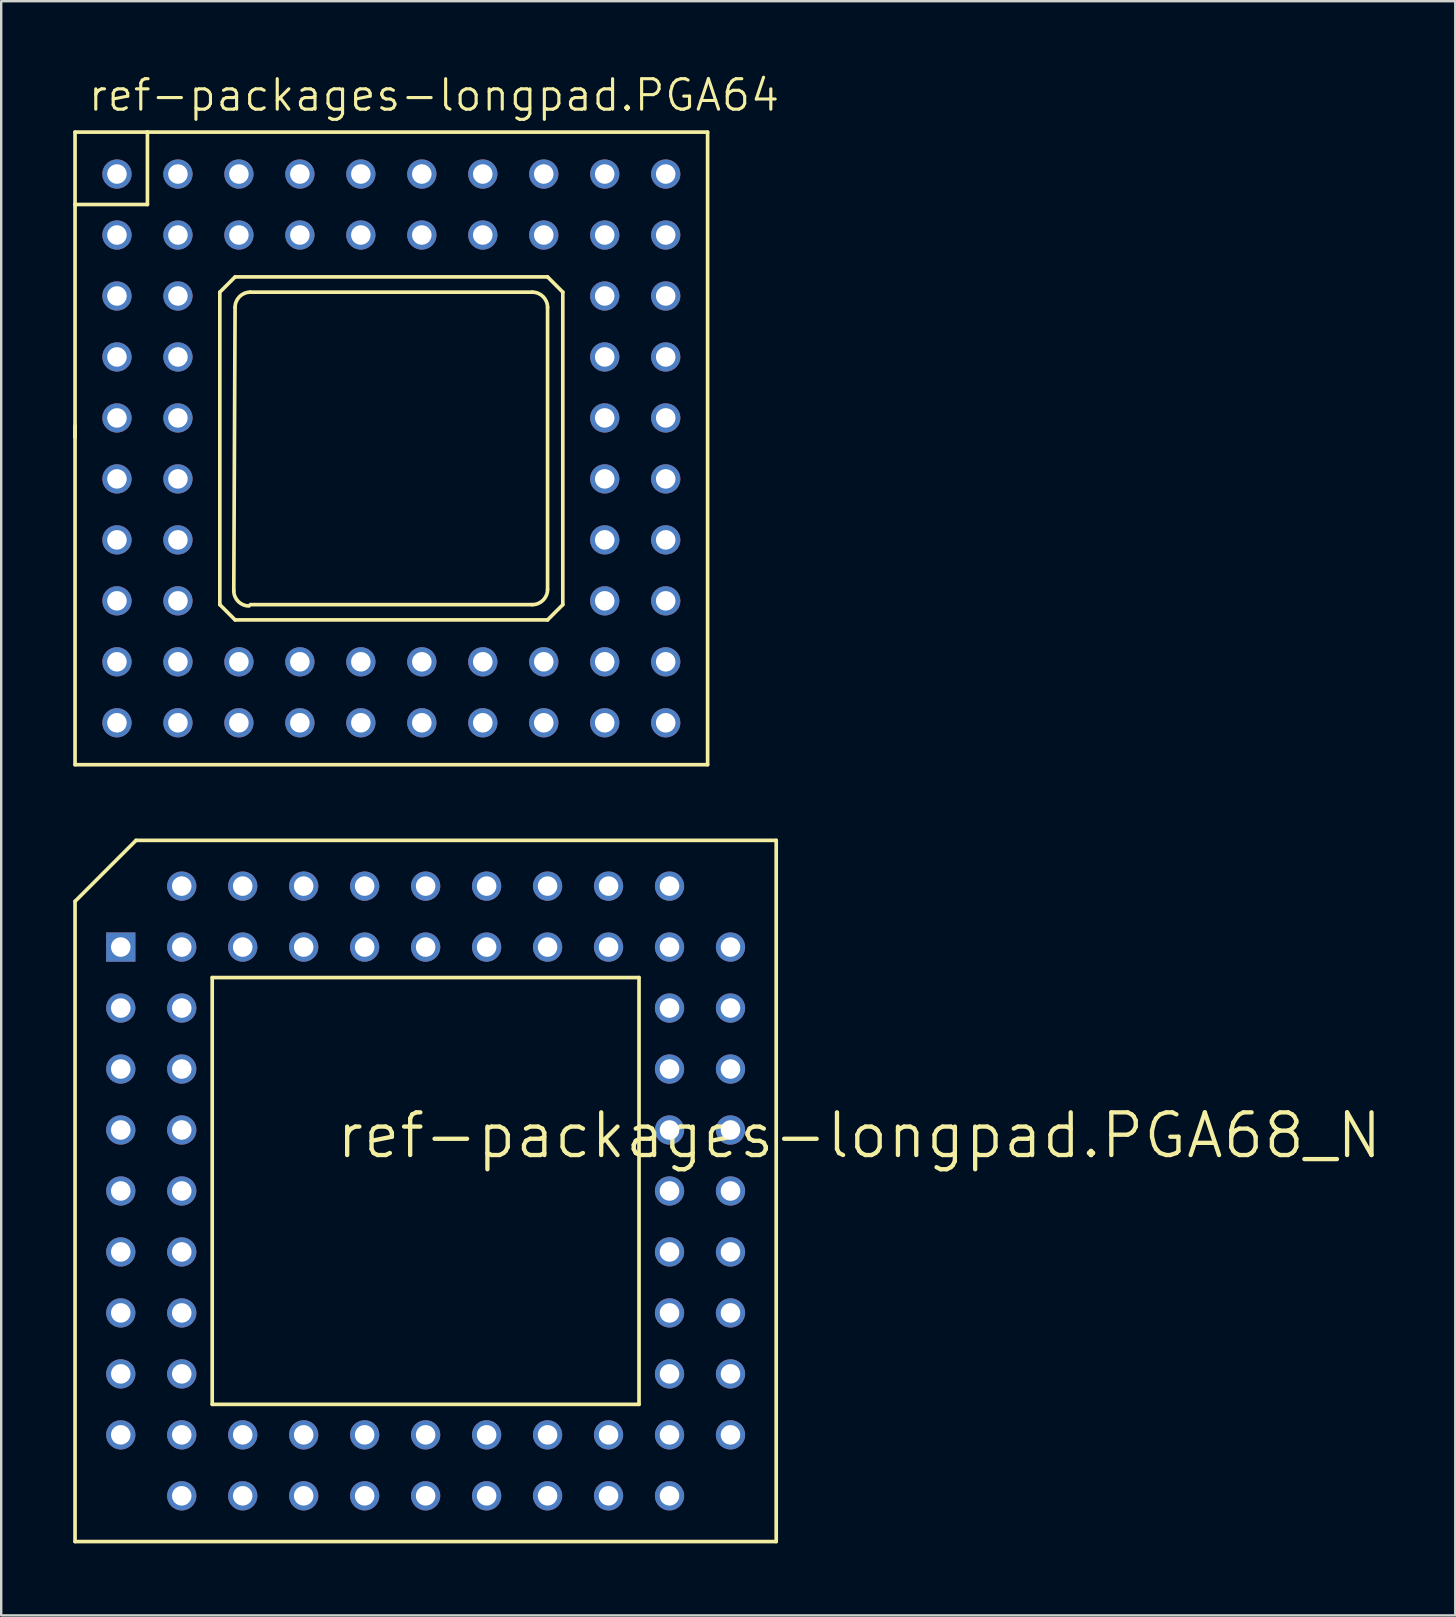
<source format=kicad_pcb>
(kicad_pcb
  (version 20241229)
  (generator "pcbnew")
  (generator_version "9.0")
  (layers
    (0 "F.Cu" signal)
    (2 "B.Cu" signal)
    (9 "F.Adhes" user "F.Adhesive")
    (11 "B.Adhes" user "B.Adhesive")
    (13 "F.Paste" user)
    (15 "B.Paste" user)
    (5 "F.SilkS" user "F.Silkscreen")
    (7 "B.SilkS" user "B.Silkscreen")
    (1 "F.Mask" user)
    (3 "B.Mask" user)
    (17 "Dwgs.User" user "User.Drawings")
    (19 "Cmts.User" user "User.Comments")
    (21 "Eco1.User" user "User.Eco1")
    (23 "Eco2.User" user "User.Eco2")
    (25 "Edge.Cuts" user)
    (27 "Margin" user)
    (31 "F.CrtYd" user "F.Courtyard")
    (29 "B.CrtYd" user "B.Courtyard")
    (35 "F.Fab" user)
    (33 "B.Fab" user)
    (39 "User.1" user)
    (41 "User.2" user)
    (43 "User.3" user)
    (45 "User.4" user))
  (footprint "ref-packages-longpad.PGA64"
    (layer "F.Cu")
    (at 13.252 15.63)
    (property "Reference" "ref-packages-longpad.PGA64" (at -12.7 -13.97 0) (layer "F.SilkS") (effects (font (size 1.27 1.27) (thickness 0.13)) (justify left bottom)))
    (attr through_hole)
    (fp_line (start -13.176 -0.953) (end -13.176 -0.476) (stroke (width 0.152) (type default)) (layer "F.SilkS"))
    (fp_line (start -13.176 13.176) (end 13.176 13.176) (stroke (width 0.152) (type default)) (layer "F.SilkS"))
    (fp_line (start -13.176 -13.176) (end -13.176 -10.16) (stroke (width 0.152) (type default)) (layer "F.SilkS"))
    (fp_line (start -13.176 -10.16) (end -13.176 -0.476) (stroke (width 0.152) (type default)) (layer "F.SilkS"))
    (fp_line (start -13.176 -0.476) (end -13.176 13.176) (stroke (width 0.152) (type default)) (layer "F.SilkS"))
    (fp_line (start -10.16 -13.176) (end -13.176 -13.176) (stroke (width 0.152) (type default)) (layer "F.SilkS"))
    (fp_line (start -10.16 -13.176) (end -10.16 -10.16) (stroke (width 0.152) (type default)) (layer "F.SilkS"))
    (fp_line (start -10.16 -10.16) (end -13.176 -10.16) (stroke (width 0.152) (type default)) (layer "F.SilkS"))
    (fp_line (start -7.144 -6.509) (end -7.144 6.509) (stroke (width 0.152) (type default)) (layer "F.SilkS"))
    (fp_line (start -7.144 6.509) (end -6.509 7.144) (stroke (width 0.152) (type default)) (layer "F.SilkS"))
    (fp_line (start -6.563 5.928) (end -6.509 -5.874) (stroke (width 0.152) (type default)) (layer "F.SilkS"))
    (fp_line (start -6.509 -7.144) (end -7.144 -6.509) (stroke (width 0.152) (type default)) (layer "F.SilkS"))
    (fp_line (start -6.509 7.144) (end 6.509 7.144) (stroke (width 0.152) (type default)) (layer "F.SilkS"))
    (fp_line (start -5.874 -6.509) (end 5.874 -6.509) (stroke (width 0.152) (type default)) (layer "F.SilkS"))
    (fp_line (start 5.874 6.509) (end -5.874 6.509) (stroke (width 0.152) (type default)) (layer "F.SilkS"))
    (fp_line (start 6.509 -7.144) (end -6.509 -7.144) (stroke (width 0.152) (type default)) (layer "F.SilkS"))
    (fp_line (start 6.509 -5.874) (end 6.509 5.874) (stroke (width 0.152) (type default)) (layer "F.SilkS"))
    (fp_line (start 6.509 7.144) (end 7.144 6.509) (stroke (width 0.152) (type default)) (layer "F.SilkS"))
    (fp_line (start 7.144 -6.509) (end 6.509 -7.144) (stroke (width 0.152) (type default)) (layer "F.SilkS"))
    (fp_line (start 7.144 6.509) (end 7.144 -6.509) (stroke (width 0.152) (type default)) (layer "F.SilkS"))
    (fp_line (start 13.176 13.176) (end 13.176 -13.176) (stroke (width 0.152) (type default)) (layer "F.SilkS"))
    (fp_line (start 13.176 -13.176) (end -10.16 -13.176) (stroke (width 0.152) (type default)) (layer "F.SilkS"))
    (fp_arc (start -6.509 -5.874) (mid -6.323013 -6.323013) (end -5.874 -6.509) (stroke (width 0.1524) (type default)) (layer "F.SilkS"))
    (fp_arc (start -5.9276 6.5626) (mid -6.376671 6.376671) (end -6.5626 5.9276) (stroke (width 0.1524) (type default)) (layer "F.SilkS"))
    (fp_arc (start 5.8738 -6.5088) (mid 6.322813 -6.322813) (end 6.5088 -5.8738) (stroke (width 0.1524) (type default)) (layer "F.SilkS"))
    (fp_arc (start 6.5088 5.8737) (mid 6.322813 6.322713) (end 5.8738 6.5087) (stroke (width 0.1524) (type default)) (layer "F.SilkS"))
    (pad "1" thru_hole circle (at -11.43 -11.43) (size 1.219 1.219) (drill 0.813) (layers "*.Cu" "*.Mask"))
    (pad "2" thru_hole circle (at -11.43 -8.89) (size 1.219 1.219) (drill 0.813) (layers "*.Cu" "*.Mask"))
    (pad "3" thru_hole circle (at -11.43 -6.35) (size 1.219 1.219) (drill 0.813) (layers "*.Cu" "*.Mask"))
    (pad "4" thru_hole circle (at -11.43 -3.81) (size 1.219 1.219) (drill 0.813) (layers "*.Cu" "*.Mask"))
    (pad "5" thru_hole circle (at -11.43 -1.27) (size 1.219 1.219) (drill 0.813) (layers "*.Cu" "*.Mask"))
    (pad "6" thru_hole circle (at -11.43 1.27) (size 1.219 1.219) (drill 0.813) (layers "*.Cu" "*.Mask"))
    (pad "7" thru_hole circle (at -11.43 3.81) (size 1.219 1.219) (drill 0.813) (layers "*.Cu" "*.Mask"))
    (pad "8" thru_hole circle (at -11.43 6.35) (size 1.219 1.219) (drill 0.813) (layers "*.Cu" "*.Mask"))
    (pad "9" thru_hole circle (at -11.43 8.89) (size 1.219 1.219) (drill 0.813) (layers "*.Cu" "*.Mask"))
    (pad "10" thru_hole circle (at -11.43 11.43) (size 1.219 1.219) (drill 0.813) (layers "*.Cu" "*.Mask"))
    (pad "11" thru_hole circle (at -8.89 11.43) (size 1.219 1.219) (drill 0.813) (layers "*.Cu" "*.Mask"))
    (pad "12" thru_hole circle (at -6.35 11.43) (size 1.219 1.219) (drill 0.813) (layers "*.Cu" "*.Mask"))
    (pad "13" thru_hole circle (at -3.81 11.43) (size 1.219 1.219) (drill 0.813) (layers "*.Cu" "*.Mask"))
    (pad "14" thru_hole circle (at -1.27 11.43) (size 1.219 1.219) (drill 0.813) (layers "*.Cu" "*.Mask"))
    (pad "15" thru_hole circle (at 1.27 11.43) (size 1.219 1.219) (drill 0.813) (layers "*.Cu" "*.Mask"))
    (pad "16" thru_hole circle (at 3.81 11.43) (size 1.219 1.219) (drill 0.813) (layers "*.Cu" "*.Mask"))
    (pad "17" thru_hole circle (at 6.35 11.43) (size 1.219 1.219) (drill 0.813) (layers "*.Cu" "*.Mask"))
    (pad "18" thru_hole circle (at 8.89 11.43) (size 1.219 1.219) (drill 0.813) (layers "*.Cu" "*.Mask"))
    (pad "19" thru_hole circle (at 11.43 11.43) (size 1.219 1.219) (drill 0.813) (layers "*.Cu" "*.Mask"))
    (pad "20" thru_hole circle (at 11.43 8.89) (size 1.219 1.219) (drill 0.813) (layers "*.Cu" "*.Mask"))
    (pad "21" thru_hole circle (at 11.43 6.35) (size 1.219 1.219) (drill 0.813) (layers "*.Cu" "*.Mask"))
    (pad "22" thru_hole circle (at 11.43 3.81) (size 1.219 1.219) (drill 0.813) (layers "*.Cu" "*.Mask"))
    (pad "23" thru_hole circle (at 11.43 1.27) (size 1.219 1.219) (drill 0.813) (layers "*.Cu" "*.Mask"))
    (pad "24" thru_hole circle (at 11.43 -1.27) (size 1.219 1.219) (drill 0.813) (layers "*.Cu" "*.Mask"))
    (pad "25" thru_hole circle (at 11.43 -3.81) (size 1.219 1.219) (drill 0.813) (layers "*.Cu" "*.Mask"))
    (pad "26" thru_hole circle (at 11.43 -6.35) (size 1.219 1.219) (drill 0.813) (layers "*.Cu" "*.Mask"))
    (pad "27" thru_hole circle (at 11.43 -8.89) (size 1.219 1.219) (drill 0.813) (layers "*.Cu" "*.Mask"))
    (pad "28" thru_hole circle (at 11.43 -11.43) (size 1.219 1.219) (drill 0.813) (layers "*.Cu" "*.Mask"))
    (pad "29" thru_hole circle (at 8.89 -11.43) (size 1.219 1.219) (drill 0.813) (layers "*.Cu" "*.Mask"))
    (pad "30" thru_hole circle (at 6.35 -11.43) (size 1.219 1.219) (drill 0.813) (layers "*.Cu" "*.Mask"))
    (pad "31" thru_hole circle (at 3.81 -11.43) (size 1.219 1.219) (drill 0.813) (layers "*.Cu" "*.Mask"))
    (pad "32" thru_hole circle (at 1.27 -11.43) (size 1.219 1.219) (drill 0.813) (layers "*.Cu" "*.Mask"))
    (pad "33" thru_hole circle (at -1.27 -11.43) (size 1.219 1.219) (drill 0.813) (layers "*.Cu" "*.Mask"))
    (pad "34" thru_hole circle (at -3.81 -11.43) (size 1.219 1.219) (drill 0.813) (layers "*.Cu" "*.Mask"))
    (pad "35" thru_hole circle (at -6.35 -11.43) (size 1.219 1.219) (drill 0.813) (layers "*.Cu" "*.Mask"))
    (pad "36" thru_hole circle (at -8.89 -11.43) (size 1.219 1.219) (drill 0.813) (layers "*.Cu" "*.Mask"))
    (pad "37" thru_hole circle (at -8.89 -8.89) (size 1.219 1.219) (drill 0.813) (layers "*.Cu" "*.Mask"))
    (pad "38" thru_hole circle (at -8.89 -6.35) (size 1.219 1.219) (drill 0.813) (layers "*.Cu" "*.Mask"))
    (pad "39" thru_hole circle (at -8.89 -3.81) (size 1.219 1.219) (drill 0.813) (layers "*.Cu" "*.Mask"))
    (pad "40" thru_hole circle (at -8.89 -1.27) (size 1.219 1.219) (drill 0.813) (layers "*.Cu" "*.Mask"))
    (pad "41" thru_hole circle (at -8.89 1.27) (size 1.219 1.219) (drill 0.813) (layers "*.Cu" "*.Mask"))
    (pad "42" thru_hole circle (at -8.89 3.81) (size 1.219 1.219) (drill 0.813) (layers "*.Cu" "*.Mask"))
    (pad "43" thru_hole circle (at -8.89 6.35) (size 1.219 1.219) (drill 0.813) (layers "*.Cu" "*.Mask"))
    (pad "44" thru_hole circle (at -8.89 8.89) (size 1.219 1.219) (drill 0.813) (layers "*.Cu" "*.Mask"))
    (pad "45" thru_hole circle (at -6.35 8.89) (size 1.219 1.219) (drill 0.813) (layers "*.Cu" "*.Mask"))
    (pad "46" thru_hole circle (at -3.81 8.89) (size 1.219 1.219) (drill 0.813) (layers "*.Cu" "*.Mask"))
    (pad "47" thru_hole circle (at -1.27 8.89) (size 1.219 1.219) (drill 0.813) (layers "*.Cu" "*.Mask"))
    (pad "48" thru_hole circle (at 1.27 8.89) (size 1.219 1.219) (drill 0.813) (layers "*.Cu" "*.Mask"))
    (pad "49" thru_hole circle (at 3.81 8.89) (size 1.219 1.219) (drill 0.813) (layers "*.Cu" "*.Mask"))
    (pad "50" thru_hole circle (at 6.35 8.89) (size 1.219 1.219) (drill 0.813) (layers "*.Cu" "*.Mask"))
    (pad "51" thru_hole circle (at 8.89 8.89) (size 1.219 1.219) (drill 0.813) (layers "*.Cu" "*.Mask"))
    (pad "52" thru_hole circle (at 8.89 6.35) (size 1.219 1.219) (drill 0.813) (layers "*.Cu" "*.Mask"))
    (pad "53" thru_hole circle (at 8.89 3.81) (size 1.219 1.219) (drill 0.813) (layers "*.Cu" "*.Mask"))
    (pad "54" thru_hole circle (at 8.89 1.27) (size 1.219 1.219) (drill 0.813) (layers "*.Cu" "*.Mask"))
    (pad "55" thru_hole circle (at 8.89 -1.27) (size 1.219 1.219) (drill 0.813) (layers "*.Cu" "*.Mask"))
    (pad "56" thru_hole circle (at 8.89 -3.81) (size 1.219 1.219) (drill 0.813) (layers "*.Cu" "*.Mask"))
    (pad "57" thru_hole circle (at 8.89 -6.35) (size 1.219 1.219) (drill 0.813) (layers "*.Cu" "*.Mask"))
    (pad "58" thru_hole circle (at 8.89 -8.89) (size 1.219 1.219) (drill 0.813) (layers "*.Cu" "*.Mask"))
    (pad "59" thru_hole circle (at 6.35 -8.89) (size 1.219 1.219) (drill 0.813) (layers "*.Cu" "*.Mask"))
    (pad "60" thru_hole circle (at 3.81 -8.89) (size 1.219 1.219) (drill 0.813) (layers "*.Cu" "*.Mask"))
    (pad "61" thru_hole circle (at 1.27 -8.89) (size 1.219 1.219) (drill 0.813) (layers "*.Cu" "*.Mask"))
    (pad "62" thru_hole circle (at -1.27 -8.89) (size 1.219 1.219) (drill 0.813) (layers "*.Cu" "*.Mask"))
    (pad "63" thru_hole circle (at -3.81 -8.89) (size 1.219 1.219) (drill 0.813) (layers "*.Cu" "*.Mask"))
    (pad "64" thru_hole circle (at -6.35 -8.89) (size 1.219 1.219) (drill 0.813) (layers "*.Cu" "*.Mask")))
  (footprint "ref-packages-longpad.PGA68_N"
    (layer "F.Cu")
    (at 14.681 46.564)
    (property "Reference" "ref-packages-longpad.PGA68_N" (at -3.81 -1.27 0) (layer "F.SilkS") (effects (font (size 1.778 1.778) (thickness 0.18)) (justify left bottom)))
    (attr through_hole)
    (fp_line (start -14.605 -12.065) (end -12.065 -14.605) (stroke (width 0.152) (type default)) (layer "F.SilkS"))
    (fp_line (start -14.605 14.605) (end -14.605 -12.065) (stroke (width 0.152) (type default)) (layer "F.SilkS"))
    (fp_line (start -12.065 -14.605) (end 14.605 -14.605) (stroke (width 0.152) (type default)) (layer "F.SilkS"))
    (fp_line (start -8.89 8.89) (end -8.89 -8.89) (stroke (width 0.152) (type default)) (layer "F.SilkS"))
    (fp_line (start -8.89 8.89) (end 8.89 8.89) (stroke (width 0.152) (type default)) (layer "F.SilkS"))
    (fp_line (start 8.89 -8.89) (end -8.89 -8.89) (stroke (width 0.152) (type default)) (layer "F.SilkS"))
    (fp_line (start 8.89 -8.89) (end 8.89 8.89) (stroke (width 0.152) (type default)) (layer "F.SilkS"))
    (fp_line (start 14.605 -14.605) (end 14.605 14.605) (stroke (width 0.152) (type default)) (layer "F.SilkS"))
    (fp_line (start 14.605 14.605) (end -14.605 14.605) (stroke (width 0.152) (type default)) (layer "F.SilkS"))
    (pad "1" thru_hole rect (at -12.7 -10.16 270) (size 1.219 1.219) (drill 0.813) (layers "*.Cu" "*.Mask"))
    (pad "2" thru_hole circle (at -10.16 -10.16 270) (size 1.219 1.219) (drill 0.813) (layers "*.Cu" "*.Mask"))
    (pad "3" thru_hole circle (at -12.7 -7.62 270) (size 1.219 1.219) (drill 0.813) (layers "*.Cu" "*.Mask"))
    (pad "4" thru_hole circle (at -10.16 -7.62 270) (size 1.219 1.219) (drill 0.813) (layers "*.Cu" "*.Mask"))
    (pad "5" thru_hole circle (at -12.7 -5.08 270) (size 1.219 1.219) (drill 0.813) (layers "*.Cu" "*.Mask"))
    (pad "6" thru_hole circle (at -10.16 -5.08 270) (size 1.219 1.219) (drill 0.813) (layers "*.Cu" "*.Mask"))
    (pad "7" thru_hole circle (at -12.7 -2.54 270) (size 1.219 1.219) (drill 0.813) (layers "*.Cu" "*.Mask"))
    (pad "8" thru_hole circle (at -10.16 -2.54 270) (size 1.219 1.219) (drill 0.813) (layers "*.Cu" "*.Mask"))
    (pad "9" thru_hole circle (at -12.7 0 270) (size 1.219 1.219) (drill 0.813) (layers "*.Cu" "*.Mask"))
    (pad "10" thru_hole circle (at -10.16 0 270) (size 1.219 1.219) (drill 0.813) (layers "*.Cu" "*.Mask"))
    (pad "11" thru_hole circle (at -12.7 2.54 270) (size 1.219 1.219) (drill 0.813) (layers "*.Cu" "*.Mask"))
    (pad "12" thru_hole circle (at -10.16 2.54 270) (size 1.219 1.219) (drill 0.813) (layers "*.Cu" "*.Mask"))
    (pad "13" thru_hole circle (at -12.7 5.08 270) (size 1.219 1.219) (drill 0.813) (layers "*.Cu" "*.Mask"))
    (pad "14" thru_hole circle (at -10.16 5.08 270) (size 1.219 1.219) (drill 0.813) (layers "*.Cu" "*.Mask"))
    (pad "15" thru_hole circle (at -12.7 7.62 270) (size 1.219 1.219) (drill 0.813) (layers "*.Cu" "*.Mask"))
    (pad "16" thru_hole circle (at -10.16 7.62 270) (size 1.219 1.219) (drill 0.813) (layers "*.Cu" "*.Mask"))
    (pad "17" thru_hole circle (at -12.7 10.16 270) (size 1.219 1.219) (drill 0.813) (layers "*.Cu" "*.Mask"))
    (pad "18" thru_hole circle (at -10.16 12.7 270) (size 1.219 1.219) (drill 0.813) (layers "*.Cu" "*.Mask"))
    (pad "19" thru_hole circle (at -10.16 10.16 270) (size 1.219 1.219) (drill 0.813) (layers "*.Cu" "*.Mask"))
    (pad "20" thru_hole circle (at -7.62 12.7 270) (size 1.219 1.219) (drill 0.813) (layers "*.Cu" "*.Mask"))
    (pad "21" thru_hole circle (at -7.62 10.16 270) (size 1.219 1.219) (drill 0.813) (layers "*.Cu" "*.Mask"))
    (pad "22" thru_hole circle (at -5.08 12.7 270) (size 1.219 1.219) (drill 0.813) (layers "*.Cu" "*.Mask"))
    (pad "23" thru_hole circle (at -5.08 10.16 270) (size 1.219 1.219) (drill 0.813) (layers "*.Cu" "*.Mask"))
    (pad "24" thru_hole circle (at -2.54 12.7 270) (size 1.219 1.219) (drill 0.813) (layers "*.Cu" "*.Mask"))
    (pad "25" thru_hole circle (at -2.54 10.16 270) (size 1.219 1.219) (drill 0.813) (layers "*.Cu" "*.Mask"))
    (pad "26" thru_hole circle (at 0 12.7 270) (size 1.219 1.219) (drill 0.813) (layers "*.Cu" "*.Mask"))
    (pad "27" thru_hole circle (at 0 10.16 270) (size 1.219 1.219) (drill 0.813) (layers "*.Cu" "*.Mask"))
    (pad "28" thru_hole circle (at 2.54 12.7 270) (size 1.219 1.219) (drill 0.813) (layers "*.Cu" "*.Mask"))
    (pad "29" thru_hole circle (at 2.54 10.16 270) (size 1.219 1.219) (drill 0.813) (layers "*.Cu" "*.Mask"))
    (pad "30" thru_hole circle (at 5.08 12.7 270) (size 1.219 1.219) (drill 0.813) (layers "*.Cu" "*.Mask"))
    (pad "31" thru_hole circle (at 5.08 10.16 270) (size 1.219 1.219) (drill 0.813) (layers "*.Cu" "*.Mask"))
    (pad "32" thru_hole circle (at 7.62 12.7 270) (size 1.219 1.219) (drill 0.813) (layers "*.Cu" "*.Mask"))
    (pad "33" thru_hole circle (at 7.62 10.16 270) (size 1.219 1.219) (drill 0.813) (layers "*.Cu" "*.Mask"))
    (pad "34" thru_hole circle (at 10.16 12.7 270) (size 1.219 1.219) (drill 0.813) (layers "*.Cu" "*.Mask"))
    (pad "35" thru_hole circle (at 12.7 10.16 270) (size 1.219 1.219) (drill 0.813) (layers "*.Cu" "*.Mask"))
    (pad "36" thru_hole circle (at 10.16 10.16 270) (size 1.219 1.219) (drill 0.813) (layers "*.Cu" "*.Mask"))
    (pad "37" thru_hole circle (at 12.7 7.62 270) (size 1.219 1.219) (drill 0.813) (layers "*.Cu" "*.Mask"))
    (pad "38" thru_hole circle (at 10.16 7.62 270) (size 1.219 1.219) (drill 0.813) (layers "*.Cu" "*.Mask"))
    (pad "39" thru_hole circle (at 12.7 5.08 270) (size 1.219 1.219) (drill 0.813) (layers "*.Cu" "*.Mask"))
    (pad "40" thru_hole circle (at 10.16 5.08 270) (size 1.219 1.219) (drill 0.813) (layers "*.Cu" "*.Mask"))
    (pad "41" thru_hole circle (at 12.7 2.54 270) (size 1.219 1.219) (drill 0.813) (layers "*.Cu" "*.Mask"))
    (pad "42" thru_hole circle (at 10.16 2.54 270) (size 1.219 1.219) (drill 0.813) (layers "*.Cu" "*.Mask"))
    (pad "43" thru_hole circle (at 12.7 0 270) (size 1.219 1.219) (drill 0.813) (layers "*.Cu" "*.Mask"))
    (pad "44" thru_hole circle (at 10.16 0 270) (size 1.219 1.219) (drill 0.813) (layers "*.Cu" "*.Mask"))
    (pad "45" thru_hole circle (at 12.7 -2.54 270) (size 1.219 1.219) (drill 0.813) (layers "*.Cu" "*.Mask"))
    (pad "46" thru_hole circle (at 10.16 -2.54 270) (size 1.219 1.219) (drill 0.813) (layers "*.Cu" "*.Mask"))
    (pad "47" thru_hole circle (at 12.7 -5.08 270) (size 1.219 1.219) (drill 0.813) (layers "*.Cu" "*.Mask"))
    (pad "48" thru_hole circle (at 10.16 -5.08 270) (size 1.219 1.219) (drill 0.813) (layers "*.Cu" "*.Mask"))
    (pad "49" thru_hole circle (at 12.7 -7.62 270) (size 1.219 1.219) (drill 0.813) (layers "*.Cu" "*.Mask"))
    (pad "50" thru_hole circle (at 10.16 -7.62 270) (size 1.219 1.219) (drill 0.813) (layers "*.Cu" "*.Mask"))
    (pad "51" thru_hole circle (at 12.7 -10.16 270) (size 1.219 1.219) (drill 0.813) (layers "*.Cu" "*.Mask"))
    (pad "52" thru_hole circle (at 10.16 -12.7 270) (size 1.219 1.219) (drill 0.813) (layers "*.Cu" "*.Mask"))
    (pad "53" thru_hole circle (at 10.16 -10.16 270) (size 1.219 1.219) (drill 0.813) (layers "*.Cu" "*.Mask"))
    (pad "54" thru_hole circle (at 7.62 -12.7 270) (size 1.219 1.219) (drill 0.813) (layers "*.Cu" "*.Mask"))
    (pad "55" thru_hole circle (at 7.62 -10.16 270) (size 1.219 1.219) (drill 0.813) (layers "*.Cu" "*.Mask"))
    (pad "56" thru_hole circle (at 5.08 -12.7 270) (size 1.219 1.219) (drill 0.813) (layers "*.Cu" "*.Mask"))
    (pad "57" thru_hole circle (at 5.08 -10.16 270) (size 1.219 1.219) (drill 0.813) (layers "*.Cu" "*.Mask"))
    (pad "58" thru_hole circle (at 2.54 -12.7 270) (size 1.219 1.219) (drill 0.813) (layers "*.Cu" "*.Mask"))
    (pad "59" thru_hole circle (at 2.54 -10.16 270) (size 1.219 1.219) (drill 0.813) (layers "*.Cu" "*.Mask"))
    (pad "60" thru_hole circle (at 0 -12.7 270) (size 1.219 1.219) (drill 0.813) (layers "*.Cu" "*.Mask"))
    (pad "61" thru_hole circle (at 0 -10.16 270) (size 1.219 1.219) (drill 0.813) (layers "*.Cu" "*.Mask"))
    (pad "62" thru_hole circle (at -2.54 -12.7 270) (size 1.219 1.219) (drill 0.813) (layers "*.Cu" "*.Mask"))
    (pad "63" thru_hole circle (at -2.54 -10.16 270) (size 1.219 1.219) (drill 0.813) (layers "*.Cu" "*.Mask"))
    (pad "64" thru_hole circle (at -5.08 -12.7 270) (size 1.219 1.219) (drill 0.813) (layers "*.Cu" "*.Mask"))
    (pad "65" thru_hole circle (at -5.08 -10.16 270) (size 1.219 1.219) (drill 0.813) (layers "*.Cu" "*.Mask"))
    (pad "66" thru_hole circle (at -7.62 -12.7 270) (size 1.219 1.219) (drill 0.813) (layers "*.Cu" "*.Mask"))
    (pad "67" thru_hole circle (at -7.62 -10.16 270) (size 1.219 1.219) (drill 0.813) (layers "*.Cu" "*.Mask"))
    (pad "68" thru_hole circle (at -10.16 -12.7 270) (size 1.219 1.219) (drill 0.813) (layers "*.Cu" "*.Mask")))
  (gr_rect
    (start -3 -3)
    (end 57.574 64.245)
    (stroke (width 0.1) (type default))
    (fill no)
    (layer "Edge.Cuts")))
</source>
